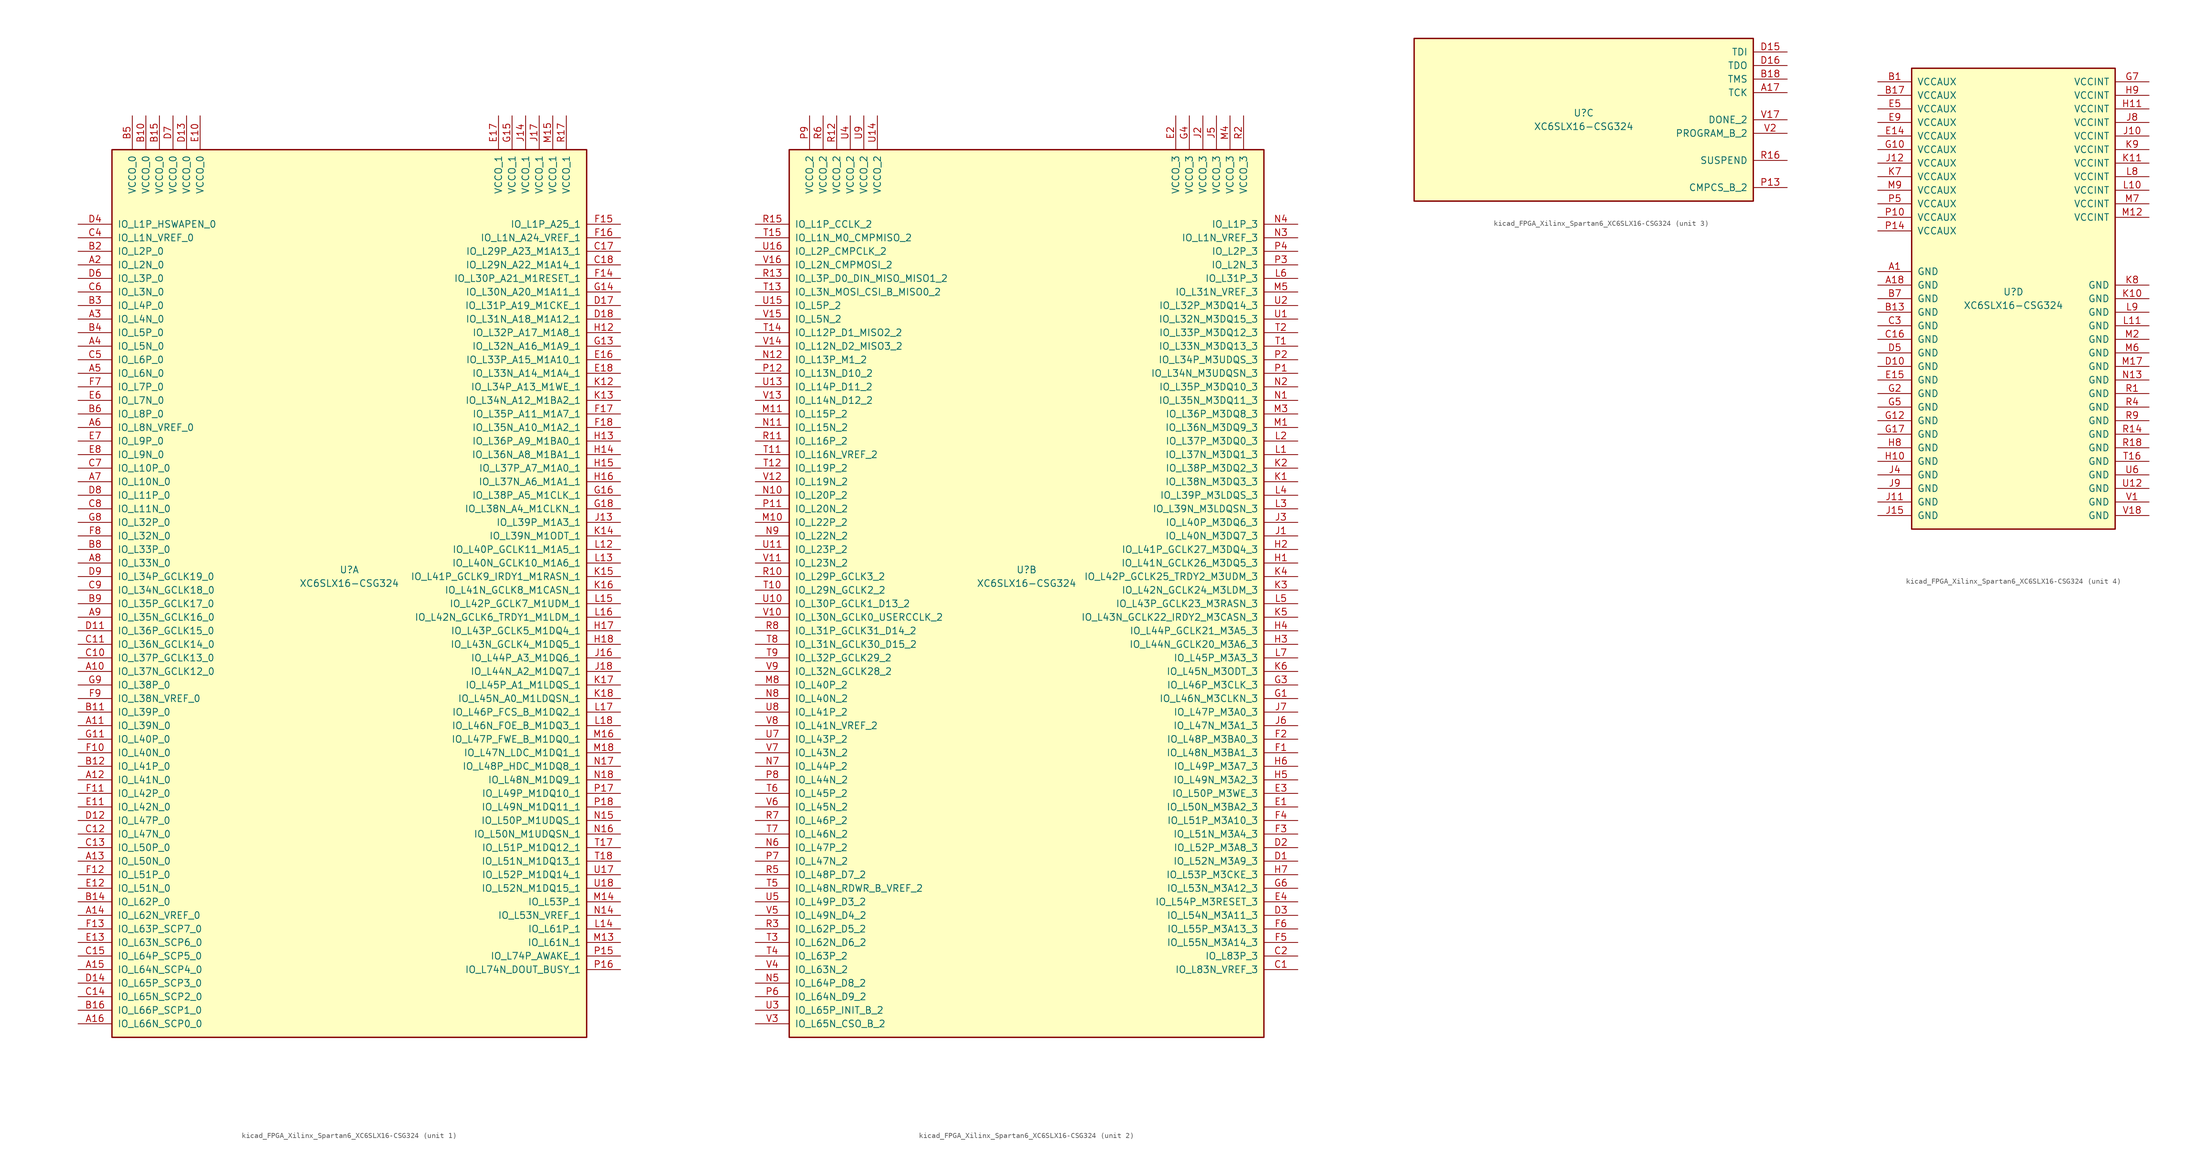
<source format=kicad_sym>
(kicad_symbol_lib
  (version 20220914)
  (generator kicad_symbol_editor)
  (symbol "kicad_FPGA_Xilinx_Spartan6_XC6SLX16-CSG324"
    (pin_names
      (offset 1.016))
    (property "Reference" "U"
      (at 0 1.27 0)
      (effects (font (size 1.27 1.27))))
    (property "Value" "XC6SLX16-CSG324"
      (at 0 -1.27 0)
      (effects (font (size 1.27 1.27))))
    (property "Datasheet" ""
      (at 0 0 0)
      (effects (font (size 1.27 1.27))))
    (property "ki_locked" ""
      (at 0 0 0)
      (effects (font (size 1.27 1.27))))
    (symbol "kicad_FPGA_Xilinx_Spartan6_XC6SLX16-CSG324_1_1"
      (rectangle (start -44.45 80.01) (end 44.45 -86.36) (stroke (width 0.254) (type default)) (fill (type background)))
      (pin bidirectional line (at -50.8 -17.78 0) (length 6.35) (name "IO_L37N_GCLK12_0" (effects (font (size 1.27 1.27)))) (number "A10" (effects (font (size 1.27 1.27)))))
      (pin bidirectional line (at -50.8 -27.94 0) (length 6.35) (name "IO_L39N_0" (effects (font (size 1.27 1.27)))) (number "A11" (effects (font (size 1.27 1.27)))))
      (pin bidirectional line (at -50.8 -38.1 0) (length 6.35) (name "IO_L41N_0" (effects (font (size 1.27 1.27)))) (number "A12" (effects (font (size 1.27 1.27)))))
      (pin bidirectional line (at -50.8 -53.34 0) (length 6.35) (name "IO_L50N_0" (effects (font (size 1.27 1.27)))) (number "A13" (effects (font (size 1.27 1.27)))))
      (pin bidirectional line (at -50.8 -63.5 0) (length 6.35) (name "IO_L62N_VREF_0" (effects (font (size 1.27 1.27)))) (number "A14" (effects (font (size 1.27 1.27)))))
      (pin bidirectional line (at -50.8 -73.66 0) (length 6.35) (name "IO_L64N_SCP4_0" (effects (font (size 1.27 1.27)))) (number "A15" (effects (font (size 1.27 1.27)))))
      (pin bidirectional line (at -50.8 -83.82 0) (length 6.35) (name "IO_L66N_SCP0_0" (effects (font (size 1.27 1.27)))) (number "A16" (effects (font (size 1.27 1.27)))))
      (pin bidirectional line (at -50.8 58.42 0) (length 6.35) (name "IO_L2N_0" (effects (font (size 1.27 1.27)))) (number "A2" (effects (font (size 1.27 1.27)))))
      (pin bidirectional line (at -50.8 48.26 0) (length 6.35) (name "IO_L4N_0" (effects (font (size 1.27 1.27)))) (number "A3" (effects (font (size 1.27 1.27)))))
      (pin bidirectional line (at -50.8 43.18 0) (length 6.35) (name "IO_L5N_0" (effects (font (size 1.27 1.27)))) (number "A4" (effects (font (size 1.27 1.27)))))
      (pin bidirectional line (at -50.8 38.1 0) (length 6.35) (name "IO_L6N_0" (effects (font (size 1.27 1.27)))) (number "A5" (effects (font (size 1.27 1.27)))))
      (pin bidirectional line (at -50.8 27.94 0) (length 6.35) (name "IO_L8N_VREF_0" (effects (font (size 1.27 1.27)))) (number "A6" (effects (font (size 1.27 1.27)))))
      (pin bidirectional line (at -50.8 17.78 0) (length 6.35) (name "IO_L10N_0" (effects (font (size 1.27 1.27)))) (number "A7" (effects (font (size 1.27 1.27)))))
      (pin bidirectional line (at -50.8 2.54 0) (length 6.35) (name "IO_L33N_0" (effects (font (size 1.27 1.27)))) (number "A8" (effects (font (size 1.27 1.27)))))
      (pin bidirectional line (at -50.8 -7.62 0) (length 6.35) (name "IO_L35N_GCLK16_0" (effects (font (size 1.27 1.27)))) (number "A9" (effects (font (size 1.27 1.27)))))
      (pin power_in line (at -38.1 86.36 270) (length 6.35) (name "VCCO_0" (effects (font (size 1.27 1.27)))) (number "B10" (effects (font (size 1.27 1.27)))))
      (pin bidirectional line (at -50.8 -25.4 0) (length 6.35) (name "IO_L39P_0" (effects (font (size 1.27 1.27)))) (number "B11" (effects (font (size 1.27 1.27)))))
      (pin bidirectional line (at -50.8 -35.56 0) (length 6.35) (name "IO_L41P_0" (effects (font (size 1.27 1.27)))) (number "B12" (effects (font (size 1.27 1.27)))))
      (pin bidirectional line (at -50.8 -60.96 0) (length 6.35) (name "IO_L62P_0" (effects (font (size 1.27 1.27)))) (number "B14" (effects (font (size 1.27 1.27)))))
      (pin power_in line (at -35.56 86.36 270) (length 6.35) (name "VCCO_0" (effects (font (size 1.27 1.27)))) (number "B15" (effects (font (size 1.27 1.27)))))
      (pin bidirectional line (at -50.8 -81.28 0) (length 6.35) (name "IO_L66P_SCP1_0" (effects (font (size 1.27 1.27)))) (number "B16" (effects (font (size 1.27 1.27)))))
      (pin bidirectional line (at -50.8 60.96 0) (length 6.35) (name "IO_L2P_0" (effects (font (size 1.27 1.27)))) (number "B2" (effects (font (size 1.27 1.27)))))
      (pin bidirectional line (at -50.8 50.8 0) (length 6.35) (name "IO_L4P_0" (effects (font (size 1.27 1.27)))) (number "B3" (effects (font (size 1.27 1.27)))))
      (pin bidirectional line (at -50.8 45.72 0) (length 6.35) (name "IO_L5P_0" (effects (font (size 1.27 1.27)))) (number "B4" (effects (font (size 1.27 1.27)))))
      (pin power_in line (at -40.64 86.36 270) (length 6.35) (name "VCCO_0" (effects (font (size 1.27 1.27)))) (number "B5" (effects (font (size 1.27 1.27)))))
      (pin bidirectional line (at -50.8 30.48 0) (length 6.35) (name "IO_L8P_0" (effects (font (size 1.27 1.27)))) (number "B6" (effects (font (size 1.27 1.27)))))
      (pin bidirectional line (at -50.8 5.08 0) (length 6.35) (name "IO_L33P_0" (effects (font (size 1.27 1.27)))) (number "B8" (effects (font (size 1.27 1.27)))))
      (pin bidirectional line (at -50.8 -5.08 0) (length 6.35) (name "IO_L35P_GCLK17_0" (effects (font (size 1.27 1.27)))) (number "B9" (effects (font (size 1.27 1.27)))))
      (pin bidirectional line (at -50.8 -15.24 0) (length 6.35) (name "IO_L37P_GCLK13_0" (effects (font (size 1.27 1.27)))) (number "C10" (effects (font (size 1.27 1.27)))))
      (pin bidirectional line (at -50.8 -12.7 0) (length 6.35) (name "IO_L36N_GCLK14_0" (effects (font (size 1.27 1.27)))) (number "C11" (effects (font (size 1.27 1.27)))))
      (pin bidirectional line (at -50.8 -48.26 0) (length 6.35) (name "IO_L47N_0" (effects (font (size 1.27 1.27)))) (number "C12" (effects (font (size 1.27 1.27)))))
      (pin bidirectional line (at -50.8 -50.8 0) (length 6.35) (name "IO_L50P_0" (effects (font (size 1.27 1.27)))) (number "C13" (effects (font (size 1.27 1.27)))))
      (pin bidirectional line (at -50.8 -78.74 0) (length 6.35) (name "IO_L65N_SCP2_0" (effects (font (size 1.27 1.27)))) (number "C14" (effects (font (size 1.27 1.27)))))
      (pin bidirectional line (at -50.8 -71.12 0) (length 6.35) (name "IO_L64P_SCP5_0" (effects (font (size 1.27 1.27)))) (number "C15" (effects (font (size 1.27 1.27)))))
      (pin bidirectional line (at 50.8 60.96 180) (length 6.35) (name "IO_L29P_A23_M1A13_1" (effects (font (size 1.27 1.27)))) (number "C17" (effects (font (size 1.27 1.27)))))
      (pin bidirectional line (at 50.8 58.42 180) (length 6.35) (name "IO_L29N_A22_M1A14_1" (effects (font (size 1.27 1.27)))) (number "C18" (effects (font (size 1.27 1.27)))))
      (pin bidirectional line (at -50.8 63.5 0) (length 6.35) (name "IO_L1N_VREF_0" (effects (font (size 1.27 1.27)))) (number "C4" (effects (font (size 1.27 1.27)))))
      (pin bidirectional line (at -50.8 40.64 0) (length 6.35) (name "IO_L6P_0" (effects (font (size 1.27 1.27)))) (number "C5" (effects (font (size 1.27 1.27)))))
      (pin bidirectional line (at -50.8 53.34 0) (length 6.35) (name "IO_L3N_0" (effects (font (size 1.27 1.27)))) (number "C6" (effects (font (size 1.27 1.27)))))
      (pin bidirectional line (at -50.8 20.32 0) (length 6.35) (name "IO_L10P_0" (effects (font (size 1.27 1.27)))) (number "C7" (effects (font (size 1.27 1.27)))))
      (pin bidirectional line (at -50.8 12.7 0) (length 6.35) (name "IO_L11N_0" (effects (font (size 1.27 1.27)))) (number "C8" (effects (font (size 1.27 1.27)))))
      (pin bidirectional line (at -50.8 -2.54 0) (length 6.35) (name "IO_L34N_GCLK18_0" (effects (font (size 1.27 1.27)))) (number "C9" (effects (font (size 1.27 1.27)))))
      (pin bidirectional line (at -50.8 -10.16 0) (length 6.35) (name "IO_L36P_GCLK15_0" (effects (font (size 1.27 1.27)))) (number "D11" (effects (font (size 1.27 1.27)))))
      (pin bidirectional line (at -50.8 -45.72 0) (length 6.35) (name "IO_L47P_0" (effects (font (size 1.27 1.27)))) (number "D12" (effects (font (size 1.27 1.27)))))
      (pin power_in line (at -30.48 86.36 270) (length 6.35) (name "VCCO_0" (effects (font (size 1.27 1.27)))) (number "D13" (effects (font (size 1.27 1.27)))))
      (pin bidirectional line (at -50.8 -76.2 0) (length 6.35) (name "IO_L65P_SCP3_0" (effects (font (size 1.27 1.27)))) (number "D14" (effects (font (size 1.27 1.27)))))
      (pin bidirectional line (at 50.8 50.8 180) (length 6.35) (name "IO_L31P_A19_M1CKE_1" (effects (font (size 1.27 1.27)))) (number "D17" (effects (font (size 1.27 1.27)))))
      (pin bidirectional line (at 50.8 48.26 180) (length 6.35) (name "IO_L31N_A18_M1A12_1" (effects (font (size 1.27 1.27)))) (number "D18" (effects (font (size 1.27 1.27)))))
      (pin bidirectional line (at -50.8 66.04 0) (length 6.35) (name "IO_L1P_HSWAPEN_0" (effects (font (size 1.27 1.27)))) (number "D4" (effects (font (size 1.27 1.27)))))
      (pin bidirectional line (at -50.8 55.88 0) (length 6.35) (name "IO_L3P_0" (effects (font (size 1.27 1.27)))) (number "D6" (effects (font (size 1.27 1.27)))))
      (pin power_in line (at -33.02 86.36 270) (length 6.35) (name "VCCO_0" (effects (font (size 1.27 1.27)))) (number "D7" (effects (font (size 1.27 1.27)))))
      (pin bidirectional line (at -50.8 15.24 0) (length 6.35) (name "IO_L11P_0" (effects (font (size 1.27 1.27)))) (number "D8" (effects (font (size 1.27 1.27)))))
      (pin bidirectional line (at -50.8 0 0) (length 6.35) (name "IO_L34P_GCLK19_0" (effects (font (size 1.27 1.27)))) (number "D9" (effects (font (size 1.27 1.27)))))
      (pin power_in line (at -27.94 86.36 270) (length 6.35) (name "VCCO_0" (effects (font (size 1.27 1.27)))) (number "E10" (effects (font (size 1.27 1.27)))))
      (pin bidirectional line (at -50.8 -43.18 0) (length 6.35) (name "IO_L42N_0" (effects (font (size 1.27 1.27)))) (number "E11" (effects (font (size 1.27 1.27)))))
      (pin bidirectional line (at -50.8 -58.42 0) (length 6.35) (name "IO_L51N_0" (effects (font (size 1.27 1.27)))) (number "E12" (effects (font (size 1.27 1.27)))))
      (pin bidirectional line (at -50.8 -68.58 0) (length 6.35) (name "IO_L63N_SCP6_0" (effects (font (size 1.27 1.27)))) (number "E13" (effects (font (size 1.27 1.27)))))
      (pin bidirectional line (at 50.8 40.64 180) (length 6.35) (name "IO_L33P_A15_M1A10_1" (effects (font (size 1.27 1.27)))) (number "E16" (effects (font (size 1.27 1.27)))))
      (pin power_in line (at 27.94 86.36 270) (length 6.35) (name "VCCO_1" (effects (font (size 1.27 1.27)))) (number "E17" (effects (font (size 1.27 1.27)))))
      (pin bidirectional line (at 50.8 38.1 180) (length 6.35) (name "IO_L33N_A14_M1A4_1" (effects (font (size 1.27 1.27)))) (number "E18" (effects (font (size 1.27 1.27)))))
      (pin bidirectional line (at -50.8 33.02 0) (length 6.35) (name "IO_L7N_0" (effects (font (size 1.27 1.27)))) (number "E6" (effects (font (size 1.27 1.27)))))
      (pin bidirectional line (at -50.8 25.4 0) (length 6.35) (name "IO_L9P_0" (effects (font (size 1.27 1.27)))) (number "E7" (effects (font (size 1.27 1.27)))))
      (pin bidirectional line (at -50.8 22.86 0) (length 6.35) (name "IO_L9N_0" (effects (font (size 1.27 1.27)))) (number "E8" (effects (font (size 1.27 1.27)))))
      (pin bidirectional line (at -50.8 -33.02 0) (length 6.35) (name "IO_L40N_0" (effects (font (size 1.27 1.27)))) (number "F10" (effects (font (size 1.27 1.27)))))
      (pin bidirectional line (at -50.8 -40.64 0) (length 6.35) (name "IO_L42P_0" (effects (font (size 1.27 1.27)))) (number "F11" (effects (font (size 1.27 1.27)))))
      (pin bidirectional line (at -50.8 -55.88 0) (length 6.35) (name "IO_L51P_0" (effects (font (size 1.27 1.27)))) (number "F12" (effects (font (size 1.27 1.27)))))
      (pin bidirectional line (at -50.8 -66.04 0) (length 6.35) (name "IO_L63P_SCP7_0" (effects (font (size 1.27 1.27)))) (number "F13" (effects (font (size 1.27 1.27)))))
      (pin bidirectional line (at 50.8 55.88 180) (length 6.35) (name "IO_L30P_A21_M1RESET_1" (effects (font (size 1.27 1.27)))) (number "F14" (effects (font (size 1.27 1.27)))))
      (pin bidirectional line (at 50.8 66.04 180) (length 6.35) (name "IO_L1P_A25_1" (effects (font (size 1.27 1.27)))) (number "F15" (effects (font (size 1.27 1.27)))))
      (pin bidirectional line (at 50.8 63.5 180) (length 6.35) (name "IO_L1N_A24_VREF_1" (effects (font (size 1.27 1.27)))) (number "F16" (effects (font (size 1.27 1.27)))))
      (pin bidirectional line (at 50.8 30.48 180) (length 6.35) (name "IO_L35P_A11_M1A7_1" (effects (font (size 1.27 1.27)))) (number "F17" (effects (font (size 1.27 1.27)))))
      (pin bidirectional line (at 50.8 27.94 180) (length 6.35) (name "IO_L35N_A10_M1A2_1" (effects (font (size 1.27 1.27)))) (number "F18" (effects (font (size 1.27 1.27)))))
      (pin bidirectional line (at -50.8 35.56 0) (length 6.35) (name "IO_L7P_0" (effects (font (size 1.27 1.27)))) (number "F7" (effects (font (size 1.27 1.27)))))
      (pin bidirectional line (at -50.8 7.62 0) (length 6.35) (name "IO_L32N_0" (effects (font (size 1.27 1.27)))) (number "F8" (effects (font (size 1.27 1.27)))))
      (pin bidirectional line (at -50.8 -22.86 0) (length 6.35) (name "IO_L38N_VREF_0" (effects (font (size 1.27 1.27)))) (number "F9" (effects (font (size 1.27 1.27)))))
      (pin bidirectional line (at -50.8 -30.48 0) (length 6.35) (name "IO_L40P_0" (effects (font (size 1.27 1.27)))) (number "G11" (effects (font (size 1.27 1.27)))))
      (pin bidirectional line (at 50.8 43.18 180) (length 6.35) (name "IO_L32N_A16_M1A9_1" (effects (font (size 1.27 1.27)))) (number "G13" (effects (font (size 1.27 1.27)))))
      (pin bidirectional line (at 50.8 53.34 180) (length 6.35) (name "IO_L30N_A20_M1A11_1" (effects (font (size 1.27 1.27)))) (number "G14" (effects (font (size 1.27 1.27)))))
      (pin power_in line (at 30.48 86.36 270) (length 6.35) (name "VCCO_1" (effects (font (size 1.27 1.27)))) (number "G15" (effects (font (size 1.27 1.27)))))
      (pin bidirectional line (at 50.8 15.24 180) (length 6.35) (name "IO_L38P_A5_M1CLK_1" (effects (font (size 1.27 1.27)))) (number "G16" (effects (font (size 1.27 1.27)))))
      (pin bidirectional line (at 50.8 12.7 180) (length 6.35) (name "IO_L38N_A4_M1CLKN_1" (effects (font (size 1.27 1.27)))) (number "G18" (effects (font (size 1.27 1.27)))))
      (pin bidirectional line (at -50.8 10.16 0) (length 6.35) (name "IO_L32P_0" (effects (font (size 1.27 1.27)))) (number "G8" (effects (font (size 1.27 1.27)))))
      (pin bidirectional line (at -50.8 -20.32 0) (length 6.35) (name "IO_L38P_0" (effects (font (size 1.27 1.27)))) (number "G9" (effects (font (size 1.27 1.27)))))
      (pin bidirectional line (at 50.8 45.72 180) (length 6.35) (name "IO_L32P_A17_M1A8_1" (effects (font (size 1.27 1.27)))) (number "H12" (effects (font (size 1.27 1.27)))))
      (pin bidirectional line (at 50.8 25.4 180) (length 6.35) (name "IO_L36P_A9_M1BA0_1" (effects (font (size 1.27 1.27)))) (number "H13" (effects (font (size 1.27 1.27)))))
      (pin bidirectional line (at 50.8 22.86 180) (length 6.35) (name "IO_L36N_A8_M1BA1_1" (effects (font (size 1.27 1.27)))) (number "H14" (effects (font (size 1.27 1.27)))))
      (pin bidirectional line (at 50.8 20.32 180) (length 6.35) (name "IO_L37P_A7_M1A0_1" (effects (font (size 1.27 1.27)))) (number "H15" (effects (font (size 1.27 1.27)))))
      (pin bidirectional line (at 50.8 17.78 180) (length 6.35) (name "IO_L37N_A6_M1A1_1" (effects (font (size 1.27 1.27)))) (number "H16" (effects (font (size 1.27 1.27)))))
      (pin bidirectional line (at 50.8 -10.16 180) (length 6.35) (name "IO_L43P_GCLK5_M1DQ4_1" (effects (font (size 1.27 1.27)))) (number "H17" (effects (font (size 1.27 1.27)))))
      (pin bidirectional line (at 50.8 -12.7 180) (length 6.35) (name "IO_L43N_GCLK4_M1DQ5_1" (effects (font (size 1.27 1.27)))) (number "H18" (effects (font (size 1.27 1.27)))))
      (pin bidirectional line (at 50.8 10.16 180) (length 6.35) (name "IO_L39P_M1A3_1" (effects (font (size 1.27 1.27)))) (number "J13" (effects (font (size 1.27 1.27)))))
      (pin power_in line (at 33.02 86.36 270) (length 6.35) (name "VCCO_1" (effects (font (size 1.27 1.27)))) (number "J14" (effects (font (size 1.27 1.27)))))
      (pin bidirectional line (at 50.8 -15.24 180) (length 6.35) (name "IO_L44P_A3_M1DQ6_1" (effects (font (size 1.27 1.27)))) (number "J16" (effects (font (size 1.27 1.27)))))
      (pin power_in line (at 35.56 86.36 270) (length 6.35) (name "VCCO_1" (effects (font (size 1.27 1.27)))) (number "J17" (effects (font (size 1.27 1.27)))))
      (pin bidirectional line (at 50.8 -17.78 180) (length 6.35) (name "IO_L44N_A2_M1DQ7_1" (effects (font (size 1.27 1.27)))) (number "J18" (effects (font (size 1.27 1.27)))))
      (pin bidirectional line (at 50.8 35.56 180) (length 6.35) (name "IO_L34P_A13_M1WE_1" (effects (font (size 1.27 1.27)))) (number "K12" (effects (font (size 1.27 1.27)))))
      (pin bidirectional line (at 50.8 33.02 180) (length 6.35) (name "IO_L34N_A12_M1BA2_1" (effects (font (size 1.27 1.27)))) (number "K13" (effects (font (size 1.27 1.27)))))
      (pin bidirectional line (at 50.8 7.62 180) (length 6.35) (name "IO_L39N_M1ODT_1" (effects (font (size 1.27 1.27)))) (number "K14" (effects (font (size 1.27 1.27)))))
      (pin bidirectional line (at 50.8 0 180) (length 6.35) (name "IO_L41P_GCLK9_IRDY1_M1RASN_1" (effects (font (size 1.27 1.27)))) (number "K15" (effects (font (size 1.27 1.27)))))
      (pin bidirectional line (at 50.8 -2.54 180) (length 6.35) (name "IO_L41N_GCLK8_M1CASN_1" (effects (font (size 1.27 1.27)))) (number "K16" (effects (font (size 1.27 1.27)))))
      (pin bidirectional line (at 50.8 -20.32 180) (length 6.35) (name "IO_L45P_A1_M1LDQS_1" (effects (font (size 1.27 1.27)))) (number "K17" (effects (font (size 1.27 1.27)))))
      (pin bidirectional line (at 50.8 -22.86 180) (length 6.35) (name "IO_L45N_A0_M1LDQSN_1" (effects (font (size 1.27 1.27)))) (number "K18" (effects (font (size 1.27 1.27)))))
      (pin bidirectional line (at 50.8 5.08 180) (length 6.35) (name "IO_L40P_GCLK11_M1A5_1" (effects (font (size 1.27 1.27)))) (number "L12" (effects (font (size 1.27 1.27)))))
      (pin bidirectional line (at 50.8 2.54 180) (length 6.35) (name "IO_L40N_GCLK10_M1A6_1" (effects (font (size 1.27 1.27)))) (number "L13" (effects (font (size 1.27 1.27)))))
      (pin bidirectional line (at 50.8 -66.04 180) (length 6.35) (name "IO_L61P_1" (effects (font (size 1.27 1.27)))) (number "L14" (effects (font (size 1.27 1.27)))))
      (pin bidirectional line (at 50.8 -5.08 180) (length 6.35) (name "IO_L42P_GCLK7_M1UDM_1" (effects (font (size 1.27 1.27)))) (number "L15" (effects (font (size 1.27 1.27)))))
      (pin bidirectional line (at 50.8 -7.62 180) (length 6.35) (name "IO_L42N_GCLK6_TRDY1_M1LDM_1" (effects (font (size 1.27 1.27)))) (number "L16" (effects (font (size 1.27 1.27)))))
      (pin bidirectional line (at 50.8 -25.4 180) (length 6.35) (name "IO_L46P_FCS_B_M1DQ2_1" (effects (font (size 1.27 1.27)))) (number "L17" (effects (font (size 1.27 1.27)))))
      (pin bidirectional line (at 50.8 -27.94 180) (length 6.35) (name "IO_L46N_FOE_B_M1DQ3_1" (effects (font (size 1.27 1.27)))) (number "L18" (effects (font (size 1.27 1.27)))))
      (pin bidirectional line (at 50.8 -68.58 180) (length 6.35) (name "IO_L61N_1" (effects (font (size 1.27 1.27)))) (number "M13" (effects (font (size 1.27 1.27)))))
      (pin bidirectional line (at 50.8 -60.96 180) (length 6.35) (name "IO_L53P_1" (effects (font (size 1.27 1.27)))) (number "M14" (effects (font (size 1.27 1.27)))))
      (pin power_in line (at 38.1 86.36 270) (length 6.35) (name "VCCO_1" (effects (font (size 1.27 1.27)))) (number "M15" (effects (font (size 1.27 1.27)))))
      (pin bidirectional line (at 50.8 -30.48 180) (length 6.35) (name "IO_L47P_FWE_B_M1DQ0_1" (effects (font (size 1.27 1.27)))) (number "M16" (effects (font (size 1.27 1.27)))))
      (pin bidirectional line (at 50.8 -33.02 180) (length 6.35) (name "IO_L47N_LDC_M1DQ1_1" (effects (font (size 1.27 1.27)))) (number "M18" (effects (font (size 1.27 1.27)))))
      (pin bidirectional line (at 50.8 -63.5 180) (length 6.35) (name "IO_L53N_VREF_1" (effects (font (size 1.27 1.27)))) (number "N14" (effects (font (size 1.27 1.27)))))
      (pin bidirectional line (at 50.8 -45.72 180) (length 6.35) (name "IO_L50P_M1UDQS_1" (effects (font (size 1.27 1.27)))) (number "N15" (effects (font (size 1.27 1.27)))))
      (pin bidirectional line (at 50.8 -48.26 180) (length 6.35) (name "IO_L50N_M1UDQSN_1" (effects (font (size 1.27 1.27)))) (number "N16" (effects (font (size 1.27 1.27)))))
      (pin bidirectional line (at 50.8 -35.56 180) (length 6.35) (name "IO_L48P_HDC_M1DQ8_1" (effects (font (size 1.27 1.27)))) (number "N17" (effects (font (size 1.27 1.27)))))
      (pin bidirectional line (at 50.8 -38.1 180) (length 6.35) (name "IO_L48N_M1DQ9_1" (effects (font (size 1.27 1.27)))) (number "N18" (effects (font (size 1.27 1.27)))))
      (pin bidirectional line (at 50.8 -71.12 180) (length 6.35) (name "IO_L74P_AWAKE_1" (effects (font (size 1.27 1.27)))) (number "P15" (effects (font (size 1.27 1.27)))))
      (pin bidirectional line (at 50.8 -73.66 180) (length 6.35) (name "IO_L74N_DOUT_BUSY_1" (effects (font (size 1.27 1.27)))) (number "P16" (effects (font (size 1.27 1.27)))))
      (pin bidirectional line (at 50.8 -40.64 180) (length 6.35) (name "IO_L49P_M1DQ10_1" (effects (font (size 1.27 1.27)))) (number "P17" (effects (font (size 1.27 1.27)))))
      (pin bidirectional line (at 50.8 -43.18 180) (length 6.35) (name "IO_L49N_M1DQ11_1" (effects (font (size 1.27 1.27)))) (number "P18" (effects (font (size 1.27 1.27)))))
      (pin power_in line (at 40.64 86.36 270) (length 6.35) (name "VCCO_1" (effects (font (size 1.27 1.27)))) (number "R17" (effects (font (size 1.27 1.27)))))
      (pin bidirectional line (at 50.8 -50.8 180) (length 6.35) (name "IO_L51P_M1DQ12_1" (effects (font (size 1.27 1.27)))) (number "T17" (effects (font (size 1.27 1.27)))))
      (pin bidirectional line (at 50.8 -53.34 180) (length 6.35) (name "IO_L51N_M1DQ13_1" (effects (font (size 1.27 1.27)))) (number "T18" (effects (font (size 1.27 1.27)))))
      (pin bidirectional line (at 50.8 -55.88 180) (length 6.35) (name "IO_L52P_M1DQ14_1" (effects (font (size 1.27 1.27)))) (number "U17" (effects (font (size 1.27 1.27)))))
      (pin bidirectional line (at 50.8 -58.42 180) (length 6.35) (name "IO_L52N_M1DQ15_1" (effects (font (size 1.27 1.27)))) (number "U18" (effects (font (size 1.27 1.27))))))
    (symbol "kicad_FPGA_Xilinx_Spartan6_XC6SLX16-CSG324_2_1"
      (rectangle (start -44.45 80.01) (end 44.45 -86.36) (stroke (width 0.254) (type default)) (fill (type background)))
      (pin bidirectional line (at 50.8 -73.66 180) (length 6.35) (name "IO_L83N_VREF_3" (effects (font (size 1.27 1.27)))) (number "C1" (effects (font (size 1.27 1.27)))))
      (pin bidirectional line (at 50.8 -71.12 180) (length 6.35) (name "IO_L83P_3" (effects (font (size 1.27 1.27)))) (number "C2" (effects (font (size 1.27 1.27)))))
      (pin bidirectional line (at 50.8 -53.34 180) (length 6.35) (name "IO_L52N_M3A9_3" (effects (font (size 1.27 1.27)))) (number "D1" (effects (font (size 1.27 1.27)))))
      (pin bidirectional line (at 50.8 -50.8 180) (length 6.35) (name "IO_L52P_M3A8_3" (effects (font (size 1.27 1.27)))) (number "D2" (effects (font (size 1.27 1.27)))))
      (pin bidirectional line (at 50.8 -63.5 180) (length 6.35) (name "IO_L54N_M3A11_3" (effects (font (size 1.27 1.27)))) (number "D3" (effects (font (size 1.27 1.27)))))
      (pin bidirectional line (at 50.8 -43.18 180) (length 6.35) (name "IO_L50N_M3BA2_3" (effects (font (size 1.27 1.27)))) (number "E1" (effects (font (size 1.27 1.27)))))
      (pin power_in line (at 27.94 86.36 270) (length 6.35) (name "VCCO_3" (effects (font (size 1.27 1.27)))) (number "E2" (effects (font (size 1.27 1.27)))))
      (pin bidirectional line (at 50.8 -40.64 180) (length 6.35) (name "IO_L50P_M3WE_3" (effects (font (size 1.27 1.27)))) (number "E3" (effects (font (size 1.27 1.27)))))
      (pin bidirectional line (at 50.8 -60.96 180) (length 6.35) (name "IO_L54P_M3RESET_3" (effects (font (size 1.27 1.27)))) (number "E4" (effects (font (size 1.27 1.27)))))
      (pin bidirectional line (at 50.8 -33.02 180) (length 6.35) (name "IO_L48N_M3BA1_3" (effects (font (size 1.27 1.27)))) (number "F1" (effects (font (size 1.27 1.27)))))
      (pin bidirectional line (at 50.8 -30.48 180) (length 6.35) (name "IO_L48P_M3BA0_3" (effects (font (size 1.27 1.27)))) (number "F2" (effects (font (size 1.27 1.27)))))
      (pin bidirectional line (at 50.8 -48.26 180) (length 6.35) (name "IO_L51N_M3A4_3" (effects (font (size 1.27 1.27)))) (number "F3" (effects (font (size 1.27 1.27)))))
      (pin bidirectional line (at 50.8 -45.72 180) (length 6.35) (name "IO_L51P_M3A10_3" (effects (font (size 1.27 1.27)))) (number "F4" (effects (font (size 1.27 1.27)))))
      (pin bidirectional line (at 50.8 -68.58 180) (length 6.35) (name "IO_L55N_M3A14_3" (effects (font (size 1.27 1.27)))) (number "F5" (effects (font (size 1.27 1.27)))))
      (pin bidirectional line (at 50.8 -66.04 180) (length 6.35) (name "IO_L55P_M3A13_3" (effects (font (size 1.27 1.27)))) (number "F6" (effects (font (size 1.27 1.27)))))
      (pin bidirectional line (at 50.8 -22.86 180) (length 6.35) (name "IO_L46N_M3CLKN_3" (effects (font (size 1.27 1.27)))) (number "G1" (effects (font (size 1.27 1.27)))))
      (pin bidirectional line (at 50.8 -20.32 180) (length 6.35) (name "IO_L46P_M3CLK_3" (effects (font (size 1.27 1.27)))) (number "G3" (effects (font (size 1.27 1.27)))))
      (pin power_in line (at 30.48 86.36 270) (length 6.35) (name "VCCO_3" (effects (font (size 1.27 1.27)))) (number "G4" (effects (font (size 1.27 1.27)))))
      (pin bidirectional line (at 50.8 -58.42 180) (length 6.35) (name "IO_L53N_M3A12_3" (effects (font (size 1.27 1.27)))) (number "G6" (effects (font (size 1.27 1.27)))))
      (pin bidirectional line (at 50.8 2.54 180) (length 6.35) (name "IO_L41N_GCLK26_M3DQ5_3" (effects (font (size 1.27 1.27)))) (number "H1" (effects (font (size 1.27 1.27)))))
      (pin bidirectional line (at 50.8 5.08 180) (length 6.35) (name "IO_L41P_GCLK27_M3DQ4_3" (effects (font (size 1.27 1.27)))) (number "H2" (effects (font (size 1.27 1.27)))))
      (pin bidirectional line (at 50.8 -12.7 180) (length 6.35) (name "IO_L44N_GCLK20_M3A6_3" (effects (font (size 1.27 1.27)))) (number "H3" (effects (font (size 1.27 1.27)))))
      (pin bidirectional line (at 50.8 -10.16 180) (length 6.35) (name "IO_L44P_GCLK21_M3A5_3" (effects (font (size 1.27 1.27)))) (number "H4" (effects (font (size 1.27 1.27)))))
      (pin bidirectional line (at 50.8 -38.1 180) (length 6.35) (name "IO_L49N_M3A2_3" (effects (font (size 1.27 1.27)))) (number "H5" (effects (font (size 1.27 1.27)))))
      (pin bidirectional line (at 50.8 -35.56 180) (length 6.35) (name "IO_L49P_M3A7_3" (effects (font (size 1.27 1.27)))) (number "H6" (effects (font (size 1.27 1.27)))))
      (pin bidirectional line (at 50.8 -55.88 180) (length 6.35) (name "IO_L53P_M3CKE_3" (effects (font (size 1.27 1.27)))) (number "H7" (effects (font (size 1.27 1.27)))))
      (pin bidirectional line (at 50.8 7.62 180) (length 6.35) (name "IO_L40N_M3DQ7_3" (effects (font (size 1.27 1.27)))) (number "J1" (effects (font (size 1.27 1.27)))))
      (pin power_in line (at 33.02 86.36 270) (length 6.35) (name "VCCO_3" (effects (font (size 1.27 1.27)))) (number "J2" (effects (font (size 1.27 1.27)))))
      (pin bidirectional line (at 50.8 10.16 180) (length 6.35) (name "IO_L40P_M3DQ6_3" (effects (font (size 1.27 1.27)))) (number "J3" (effects (font (size 1.27 1.27)))))
      (pin power_in line (at 35.56 86.36 270) (length 6.35) (name "VCCO_3" (effects (font (size 1.27 1.27)))) (number "J5" (effects (font (size 1.27 1.27)))))
      (pin bidirectional line (at 50.8 -27.94 180) (length 6.35) (name "IO_L47N_M3A1_3" (effects (font (size 1.27 1.27)))) (number "J6" (effects (font (size 1.27 1.27)))))
      (pin bidirectional line (at 50.8 -25.4 180) (length 6.35) (name "IO_L47P_M3A0_3" (effects (font (size 1.27 1.27)))) (number "J7" (effects (font (size 1.27 1.27)))))
      (pin bidirectional line (at 50.8 17.78 180) (length 6.35) (name "IO_L38N_M3DQ3_3" (effects (font (size 1.27 1.27)))) (number "K1" (effects (font (size 1.27 1.27)))))
      (pin bidirectional line (at 50.8 20.32 180) (length 6.35) (name "IO_L38P_M3DQ2_3" (effects (font (size 1.27 1.27)))) (number "K2" (effects (font (size 1.27 1.27)))))
      (pin bidirectional line (at 50.8 -2.54 180) (length 6.35) (name "IO_L42N_GCLK24_M3LDM_3" (effects (font (size 1.27 1.27)))) (number "K3" (effects (font (size 1.27 1.27)))))
      (pin bidirectional line (at 50.8 0 180) (length 6.35) (name "IO_L42P_GCLK25_TRDY2_M3UDM_3" (effects (font (size 1.27 1.27)))) (number "K4" (effects (font (size 1.27 1.27)))))
      (pin bidirectional line (at 50.8 -7.62 180) (length 6.35) (name "IO_L43N_GCLK22_IRDY2_M3CASN_3" (effects (font (size 1.27 1.27)))) (number "K5" (effects (font (size 1.27 1.27)))))
      (pin bidirectional line (at 50.8 -17.78 180) (length 6.35) (name "IO_L45N_M3ODT_3" (effects (font (size 1.27 1.27)))) (number "K6" (effects (font (size 1.27 1.27)))))
      (pin bidirectional line (at 50.8 22.86 180) (length 6.35) (name "IO_L37N_M3DQ1_3" (effects (font (size 1.27 1.27)))) (number "L1" (effects (font (size 1.27 1.27)))))
      (pin bidirectional line (at 50.8 25.4 180) (length 6.35) (name "IO_L37P_M3DQ0_3" (effects (font (size 1.27 1.27)))) (number "L2" (effects (font (size 1.27 1.27)))))
      (pin bidirectional line (at 50.8 12.7 180) (length 6.35) (name "IO_L39N_M3LDQSN_3" (effects (font (size 1.27 1.27)))) (number "L3" (effects (font (size 1.27 1.27)))))
      (pin bidirectional line (at 50.8 15.24 180) (length 6.35) (name "IO_L39P_M3LDQS_3" (effects (font (size 1.27 1.27)))) (number "L4" (effects (font (size 1.27 1.27)))))
      (pin bidirectional line (at 50.8 -5.08 180) (length 6.35) (name "IO_L43P_GCLK23_M3RASN_3" (effects (font (size 1.27 1.27)))) (number "L5" (effects (font (size 1.27 1.27)))))
      (pin bidirectional line (at 50.8 55.88 180) (length 6.35) (name "IO_L31P_3" (effects (font (size 1.27 1.27)))) (number "L6" (effects (font (size 1.27 1.27)))))
      (pin bidirectional line (at 50.8 -15.24 180) (length 6.35) (name "IO_L45P_M3A3_3" (effects (font (size 1.27 1.27)))) (number "L7" (effects (font (size 1.27 1.27)))))
      (pin bidirectional line (at 50.8 27.94 180) (length 6.35) (name "IO_L36N_M3DQ9_3" (effects (font (size 1.27 1.27)))) (number "M1" (effects (font (size 1.27 1.27)))))
      (pin bidirectional line (at -50.8 10.16 0) (length 6.35) (name "IO_L22P_2" (effects (font (size 1.27 1.27)))) (number "M10" (effects (font (size 1.27 1.27)))))
      (pin bidirectional line (at -50.8 30.48 0) (length 6.35) (name "IO_L15P_2" (effects (font (size 1.27 1.27)))) (number "M11" (effects (font (size 1.27 1.27)))))
      (pin bidirectional line (at 50.8 30.48 180) (length 6.35) (name "IO_L36P_M3DQ8_3" (effects (font (size 1.27 1.27)))) (number "M3" (effects (font (size 1.27 1.27)))))
      (pin power_in line (at 38.1 86.36 270) (length 6.35) (name "VCCO_3" (effects (font (size 1.27 1.27)))) (number "M4" (effects (font (size 1.27 1.27)))))
      (pin bidirectional line (at 50.8 53.34 180) (length 6.35) (name "IO_L31N_VREF_3" (effects (font (size 1.27 1.27)))) (number "M5" (effects (font (size 1.27 1.27)))))
      (pin bidirectional line (at -50.8 -20.32 0) (length 6.35) (name "IO_L40P_2" (effects (font (size 1.27 1.27)))) (number "M8" (effects (font (size 1.27 1.27)))))
      (pin bidirectional line (at 50.8 33.02 180) (length 6.35) (name "IO_L35N_M3DQ11_3" (effects (font (size 1.27 1.27)))) (number "N1" (effects (font (size 1.27 1.27)))))
      (pin bidirectional line (at -50.8 15.24 0) (length 6.35) (name "IO_L20P_2" (effects (font (size 1.27 1.27)))) (number "N10" (effects (font (size 1.27 1.27)))))
      (pin bidirectional line (at -50.8 27.94 0) (length 6.35) (name "IO_L15N_2" (effects (font (size 1.27 1.27)))) (number "N11" (effects (font (size 1.27 1.27)))))
      (pin bidirectional line (at -50.8 40.64 0) (length 6.35) (name "IO_L13P_M1_2" (effects (font (size 1.27 1.27)))) (number "N12" (effects (font (size 1.27 1.27)))))
      (pin bidirectional line (at 50.8 35.56 180) (length 6.35) (name "IO_L35P_M3DQ10_3" (effects (font (size 1.27 1.27)))) (number "N2" (effects (font (size 1.27 1.27)))))
      (pin bidirectional line (at 50.8 63.5 180) (length 6.35) (name "IO_L1N_VREF_3" (effects (font (size 1.27 1.27)))) (number "N3" (effects (font (size 1.27 1.27)))))
      (pin bidirectional line (at 50.8 66.04 180) (length 6.35) (name "IO_L1P_3" (effects (font (size 1.27 1.27)))) (number "N4" (effects (font (size 1.27 1.27)))))
      (pin bidirectional line (at -50.8 -76.2 0) (length 6.35) (name "IO_L64P_D8_2" (effects (font (size 1.27 1.27)))) (number "N5" (effects (font (size 1.27 1.27)))))
      (pin bidirectional line (at -50.8 -50.8 0) (length 6.35) (name "IO_L47P_2" (effects (font (size 1.27 1.27)))) (number "N6" (effects (font (size 1.27 1.27)))))
      (pin bidirectional line (at -50.8 -35.56 0) (length 6.35) (name "IO_L44P_2" (effects (font (size 1.27 1.27)))) (number "N7" (effects (font (size 1.27 1.27)))))
      (pin bidirectional line (at -50.8 -22.86 0) (length 6.35) (name "IO_L40N_2" (effects (font (size 1.27 1.27)))) (number "N8" (effects (font (size 1.27 1.27)))))
      (pin bidirectional line (at -50.8 7.62 0) (length 6.35) (name "IO_L22N_2" (effects (font (size 1.27 1.27)))) (number "N9" (effects (font (size 1.27 1.27)))))
      (pin bidirectional line (at 50.8 38.1 180) (length 6.35) (name "IO_L34N_M3UDQSN_3" (effects (font (size 1.27 1.27)))) (number "P1" (effects (font (size 1.27 1.27)))))
      (pin bidirectional line (at -50.8 12.7 0) (length 6.35) (name "IO_L20N_2" (effects (font (size 1.27 1.27)))) (number "P11" (effects (font (size 1.27 1.27)))))
      (pin bidirectional line (at -50.8 38.1 0) (length 6.35) (name "IO_L13N_D10_2" (effects (font (size 1.27 1.27)))) (number "P12" (effects (font (size 1.27 1.27)))))
      (pin bidirectional line (at 50.8 40.64 180) (length 6.35) (name "IO_L34P_M3UDQS_3" (effects (font (size 1.27 1.27)))) (number "P2" (effects (font (size 1.27 1.27)))))
      (pin bidirectional line (at 50.8 58.42 180) (length 6.35) (name "IO_L2N_3" (effects (font (size 1.27 1.27)))) (number "P3" (effects (font (size 1.27 1.27)))))
      (pin bidirectional line (at 50.8 60.96 180) (length 6.35) (name "IO_L2P_3" (effects (font (size 1.27 1.27)))) (number "P4" (effects (font (size 1.27 1.27)))))
      (pin bidirectional line (at -50.8 -78.74 0) (length 6.35) (name "IO_L64N_D9_2" (effects (font (size 1.27 1.27)))) (number "P6" (effects (font (size 1.27 1.27)))))
      (pin bidirectional line (at -50.8 -53.34 0) (length 6.35) (name "IO_L47N_2" (effects (font (size 1.27 1.27)))) (number "P7" (effects (font (size 1.27 1.27)))))
      (pin bidirectional line (at -50.8 -38.1 0) (length 6.35) (name "IO_L44N_2" (effects (font (size 1.27 1.27)))) (number "P8" (effects (font (size 1.27 1.27)))))
      (pin power_in line (at -40.64 86.36 270) (length 6.35) (name "VCCO_2" (effects (font (size 1.27 1.27)))) (number "P9" (effects (font (size 1.27 1.27)))))
      (pin bidirectional line (at -50.8 0 0) (length 6.35) (name "IO_L29P_GCLK3_2" (effects (font (size 1.27 1.27)))) (number "R10" (effects (font (size 1.27 1.27)))))
      (pin bidirectional line (at -50.8 25.4 0) (length 6.35) (name "IO_L16P_2" (effects (font (size 1.27 1.27)))) (number "R11" (effects (font (size 1.27 1.27)))))
      (pin power_in line (at -35.56 86.36 270) (length 6.35) (name "VCCO_2" (effects (font (size 1.27 1.27)))) (number "R12" (effects (font (size 1.27 1.27)))))
      (pin bidirectional line (at -50.8 55.88 0) (length 6.35) (name "IO_L3P_D0_DIN_MISO_MISO1_2" (effects (font (size 1.27 1.27)))) (number "R13" (effects (font (size 1.27 1.27)))))
      (pin bidirectional line (at -50.8 66.04 0) (length 6.35) (name "IO_L1P_CCLK_2" (effects (font (size 1.27 1.27)))) (number "R15" (effects (font (size 1.27 1.27)))))
      (pin power_in line (at 40.64 86.36 270) (length 6.35) (name "VCCO_3" (effects (font (size 1.27 1.27)))) (number "R2" (effects (font (size 1.27 1.27)))))
      (pin bidirectional line (at -50.8 -66.04 0) (length 6.35) (name "IO_L62P_D5_2" (effects (font (size 1.27 1.27)))) (number "R3" (effects (font (size 1.27 1.27)))))
      (pin bidirectional line (at -50.8 -55.88 0) (length 6.35) (name "IO_L48P_D7_2" (effects (font (size 1.27 1.27)))) (number "R5" (effects (font (size 1.27 1.27)))))
      (pin power_in line (at -38.1 86.36 270) (length 6.35) (name "VCCO_2" (effects (font (size 1.27 1.27)))) (number "R6" (effects (font (size 1.27 1.27)))))
      (pin bidirectional line (at -50.8 -45.72 0) (length 6.35) (name "IO_L46P_2" (effects (font (size 1.27 1.27)))) (number "R7" (effects (font (size 1.27 1.27)))))
      (pin bidirectional line (at -50.8 -10.16 0) (length 6.35) (name "IO_L31P_GCLK31_D14_2" (effects (font (size 1.27 1.27)))) (number "R8" (effects (font (size 1.27 1.27)))))
      (pin bidirectional line (at 50.8 43.18 180) (length 6.35) (name "IO_L33N_M3DQ13_3" (effects (font (size 1.27 1.27)))) (number "T1" (effects (font (size 1.27 1.27)))))
      (pin bidirectional line (at -50.8 -2.54 0) (length 6.35) (name "IO_L29N_GCLK2_2" (effects (font (size 1.27 1.27)))) (number "T10" (effects (font (size 1.27 1.27)))))
      (pin bidirectional line (at -50.8 22.86 0) (length 6.35) (name "IO_L16N_VREF_2" (effects (font (size 1.27 1.27)))) (number "T11" (effects (font (size 1.27 1.27)))))
      (pin bidirectional line (at -50.8 20.32 0) (length 6.35) (name "IO_L19P_2" (effects (font (size 1.27 1.27)))) (number "T12" (effects (font (size 1.27 1.27)))))
      (pin bidirectional line (at -50.8 53.34 0) (length 6.35) (name "IO_L3N_MOSI_CSI_B_MISO0_2" (effects (font (size 1.27 1.27)))) (number "T13" (effects (font (size 1.27 1.27)))))
      (pin bidirectional line (at -50.8 45.72 0) (length 6.35) (name "IO_L12P_D1_MISO2_2" (effects (font (size 1.27 1.27)))) (number "T14" (effects (font (size 1.27 1.27)))))
      (pin bidirectional line (at -50.8 63.5 0) (length 6.35) (name "IO_L1N_M0_CMPMISO_2" (effects (font (size 1.27 1.27)))) (number "T15" (effects (font (size 1.27 1.27)))))
      (pin bidirectional line (at 50.8 45.72 180) (length 6.35) (name "IO_L33P_M3DQ12_3" (effects (font (size 1.27 1.27)))) (number "T2" (effects (font (size 1.27 1.27)))))
      (pin bidirectional line (at -50.8 -68.58 0) (length 6.35) (name "IO_L62N_D6_2" (effects (font (size 1.27 1.27)))) (number "T3" (effects (font (size 1.27 1.27)))))
      (pin bidirectional line (at -50.8 -71.12 0) (length 6.35) (name "IO_L63P_2" (effects (font (size 1.27 1.27)))) (number "T4" (effects (font (size 1.27 1.27)))))
      (pin bidirectional line (at -50.8 -58.42 0) (length 6.35) (name "IO_L48N_RDWR_B_VREF_2" (effects (font (size 1.27 1.27)))) (number "T5" (effects (font (size 1.27 1.27)))))
      (pin bidirectional line (at -50.8 -40.64 0) (length 6.35) (name "IO_L45P_2" (effects (font (size 1.27 1.27)))) (number "T6" (effects (font (size 1.27 1.27)))))
      (pin bidirectional line (at -50.8 -48.26 0) (length 6.35) (name "IO_L46N_2" (effects (font (size 1.27 1.27)))) (number "T7" (effects (font (size 1.27 1.27)))))
      (pin bidirectional line (at -50.8 -12.7 0) (length 6.35) (name "IO_L31N_GCLK30_D15_2" (effects (font (size 1.27 1.27)))) (number "T8" (effects (font (size 1.27 1.27)))))
      (pin bidirectional line (at -50.8 -15.24 0) (length 6.35) (name "IO_L32P_GCLK29_2" (effects (font (size 1.27 1.27)))) (number "T9" (effects (font (size 1.27 1.27)))))
      (pin bidirectional line (at 50.8 48.26 180) (length 6.35) (name "IO_L32N_M3DQ15_3" (effects (font (size 1.27 1.27)))) (number "U1" (effects (font (size 1.27 1.27)))))
      (pin bidirectional line (at -50.8 -5.08 0) (length 6.35) (name "IO_L30P_GCLK1_D13_2" (effects (font (size 1.27 1.27)))) (number "U10" (effects (font (size 1.27 1.27)))))
      (pin bidirectional line (at -50.8 5.08 0) (length 6.35) (name "IO_L23P_2" (effects (font (size 1.27 1.27)))) (number "U11" (effects (font (size 1.27 1.27)))))
      (pin bidirectional line (at -50.8 35.56 0) (length 6.35) (name "IO_L14P_D11_2" (effects (font (size 1.27 1.27)))) (number "U13" (effects (font (size 1.27 1.27)))))
      (pin power_in line (at -27.94 86.36 270) (length 6.35) (name "VCCO_2" (effects (font (size 1.27 1.27)))) (number "U14" (effects (font (size 1.27 1.27)))))
      (pin bidirectional line (at -50.8 50.8 0) (length 6.35) (name "IO_L5P_2" (effects (font (size 1.27 1.27)))) (number "U15" (effects (font (size 1.27 1.27)))))
      (pin bidirectional line (at -50.8 60.96 0) (length 6.35) (name "IO_L2P_CMPCLK_2" (effects (font (size 1.27 1.27)))) (number "U16" (effects (font (size 1.27 1.27)))))
      (pin bidirectional line (at 50.8 50.8 180) (length 6.35) (name "IO_L32P_M3DQ14_3" (effects (font (size 1.27 1.27)))) (number "U2" (effects (font (size 1.27 1.27)))))
      (pin bidirectional line (at -50.8 -81.28 0) (length 6.35) (name "IO_L65P_INIT_B_2" (effects (font (size 1.27 1.27)))) (number "U3" (effects (font (size 1.27 1.27)))))
      (pin power_in line (at -33.02 86.36 270) (length 6.35) (name "VCCO_2" (effects (font (size 1.27 1.27)))) (number "U4" (effects (font (size 1.27 1.27)))))
      (pin bidirectional line (at -50.8 -60.96 0) (length 6.35) (name "IO_L49P_D3_2" (effects (font (size 1.27 1.27)))) (number "U5" (effects (font (size 1.27 1.27)))))
      (pin bidirectional line (at -50.8 -30.48 0) (length 6.35) (name "IO_L43P_2" (effects (font (size 1.27 1.27)))) (number "U7" (effects (font (size 1.27 1.27)))))
      (pin bidirectional line (at -50.8 -25.4 0) (length 6.35) (name "IO_L41P_2" (effects (font (size 1.27 1.27)))) (number "U8" (effects (font (size 1.27 1.27)))))
      (pin power_in line (at -30.48 86.36 270) (length 6.35) (name "VCCO_2" (effects (font (size 1.27 1.27)))) (number "U9" (effects (font (size 1.27 1.27)))))
      (pin bidirectional line (at -50.8 -7.62 0) (length 6.35) (name "IO_L30N_GCLK0_USERCCLK_2" (effects (font (size 1.27 1.27)))) (number "V10" (effects (font (size 1.27 1.27)))))
      (pin bidirectional line (at -50.8 2.54 0) (length 6.35) (name "IO_L23N_2" (effects (font (size 1.27 1.27)))) (number "V11" (effects (font (size 1.27 1.27)))))
      (pin bidirectional line (at -50.8 17.78 0) (length 6.35) (name "IO_L19N_2" (effects (font (size 1.27 1.27)))) (number "V12" (effects (font (size 1.27 1.27)))))
      (pin bidirectional line (at -50.8 33.02 0) (length 6.35) (name "IO_L14N_D12_2" (effects (font (size 1.27 1.27)))) (number "V13" (effects (font (size 1.27 1.27)))))
      (pin bidirectional line (at -50.8 43.18 0) (length 6.35) (name "IO_L12N_D2_MISO3_2" (effects (font (size 1.27 1.27)))) (number "V14" (effects (font (size 1.27 1.27)))))
      (pin bidirectional line (at -50.8 48.26 0) (length 6.35) (name "IO_L5N_2" (effects (font (size 1.27 1.27)))) (number "V15" (effects (font (size 1.27 1.27)))))
      (pin bidirectional line (at -50.8 58.42 0) (length 6.35) (name "IO_L2N_CMPMOSI_2" (effects (font (size 1.27 1.27)))) (number "V16" (effects (font (size 1.27 1.27)))))
      (pin bidirectional line (at -50.8 -83.82 0) (length 6.35) (name "IO_L65N_CSO_B_2" (effects (font (size 1.27 1.27)))) (number "V3" (effects (font (size 1.27 1.27)))))
      (pin bidirectional line (at -50.8 -73.66 0) (length 6.35) (name "IO_L63N_2" (effects (font (size 1.27 1.27)))) (number "V4" (effects (font (size 1.27 1.27)))))
      (pin bidirectional line (at -50.8 -63.5 0) (length 6.35) (name "IO_L49N_D4_2" (effects (font (size 1.27 1.27)))) (number "V5" (effects (font (size 1.27 1.27)))))
      (pin bidirectional line (at -50.8 -43.18 0) (length 6.35) (name "IO_L45N_2" (effects (font (size 1.27 1.27)))) (number "V6" (effects (font (size 1.27 1.27)))))
      (pin bidirectional line (at -50.8 -33.02 0) (length 6.35) (name "IO_L43N_2" (effects (font (size 1.27 1.27)))) (number "V7" (effects (font (size 1.27 1.27)))))
      (pin bidirectional line (at -50.8 -27.94 0) (length 6.35) (name "IO_L41N_VREF_2" (effects (font (size 1.27 1.27)))) (number "V8" (effects (font (size 1.27 1.27)))))
      (pin bidirectional line (at -50.8 -17.78 0) (length 6.35) (name "IO_L32N_GCLK28_2" (effects (font (size 1.27 1.27)))) (number "V9" (effects (font (size 1.27 1.27))))))
    (symbol "kicad_FPGA_Xilinx_Spartan6_XC6SLX16-CSG324_3_1"
      (rectangle (start -31.75 15.24) (end 31.75 -15.24) (stroke (width 0.254) (type default)) (fill (type background)))
      (pin bidirectional line (at 38.1 5.08 180) (length 6.35) (name "TCK" (effects (font (size 1.27 1.27)))) (number "A17" (effects (font (size 1.27 1.27)))))
      (pin bidirectional line (at 38.1 7.62 180) (length 6.35) (name "TMS" (effects (font (size 1.27 1.27)))) (number "B18" (effects (font (size 1.27 1.27)))))
      (pin bidirectional line (at 38.1 12.7 180) (length 6.35) (name "TDI" (effects (font (size 1.27 1.27)))) (number "D15" (effects (font (size 1.27 1.27)))))
      (pin bidirectional line (at 38.1 10.16 180) (length 6.35) (name "TDO" (effects (font (size 1.27 1.27)))) (number "D16" (effects (font (size 1.27 1.27)))))
      (pin bidirectional line (at 38.1 -12.7 180) (length 6.35) (name "CMPCS_B_2" (effects (font (size 1.27 1.27)))) (number "P13" (effects (font (size 1.27 1.27)))))
      (pin bidirectional line (at 38.1 -7.62 180) (length 6.35) (name "SUSPEND" (effects (font (size 1.27 1.27)))) (number "R16" (effects (font (size 1.27 1.27)))))
      (pin bidirectional line (at 38.1 0 180) (length 6.35) (name "DONE_2" (effects (font (size 1.27 1.27)))) (number "V17" (effects (font (size 1.27 1.27)))))
      (pin bidirectional line (at 38.1 -2.54 180) (length 6.35) (name "PROGRAM_B_2" (effects (font (size 1.27 1.27)))) (number "V2" (effects (font (size 1.27 1.27))))))
    (symbol "kicad_FPGA_Xilinx_Spartan6_XC6SLX16-CSG324_4_1"
      (rectangle (start -19.05 43.18) (end 19.05 -43.18) (stroke (width 0.254) (type default)) (fill (type background)))
      (pin power_in line (at -25.4 5.08 0) (length 6.35) (name "GND" (effects (font (size 1.27 1.27)))) (number "A1" (effects (font (size 1.27 1.27)))))
      (pin power_in line (at -25.4 2.54 0) (length 6.35) (name "GND" (effects (font (size 1.27 1.27)))) (number "A18" (effects (font (size 1.27 1.27)))))
      (pin power_in line (at -25.4 40.64 0) (length 6.35) (name "VCCAUX" (effects (font (size 1.27 1.27)))) (number "B1" (effects (font (size 1.27 1.27)))))
      (pin power_in line (at -25.4 -2.54 0) (length 6.35) (name "GND" (effects (font (size 1.27 1.27)))) (number "B13" (effects (font (size 1.27 1.27)))))
      (pin power_in line (at -25.4 38.1 0) (length 6.35) (name "VCCAUX" (effects (font (size 1.27 1.27)))) (number "B17" (effects (font (size 1.27 1.27)))))
      (pin power_in line (at -25.4 0 0) (length 6.35) (name "GND" (effects (font (size 1.27 1.27)))) (number "B7" (effects (font (size 1.27 1.27)))))
      (pin power_in line (at -25.4 -7.62 0) (length 6.35) (name "GND" (effects (font (size 1.27 1.27)))) (number "C16" (effects (font (size 1.27 1.27)))))
      (pin power_in line (at -25.4 -5.08 0) (length 6.35) (name "GND" (effects (font (size 1.27 1.27)))) (number "C3" (effects (font (size 1.27 1.27)))))
      (pin power_in line (at -25.4 -12.7 0) (length 6.35) (name "GND" (effects (font (size 1.27 1.27)))) (number "D10" (effects (font (size 1.27 1.27)))))
      (pin power_in line (at -25.4 -10.16 0) (length 6.35) (name "GND" (effects (font (size 1.27 1.27)))) (number "D5" (effects (font (size 1.27 1.27)))))
      (pin power_in line (at -25.4 30.48 0) (length 6.35) (name "VCCAUX" (effects (font (size 1.27 1.27)))) (number "E14" (effects (font (size 1.27 1.27)))))
      (pin power_in line (at -25.4 -15.24 0) (length 6.35) (name "GND" (effects (font (size 1.27 1.27)))) (number "E15" (effects (font (size 1.27 1.27)))))
      (pin power_in line (at -25.4 35.56 0) (length 6.35) (name "VCCAUX" (effects (font (size 1.27 1.27)))) (number "E5" (effects (font (size 1.27 1.27)))))
      (pin power_in line (at -25.4 33.02 0) (length 6.35) (name "VCCAUX" (effects (font (size 1.27 1.27)))) (number "E9" (effects (font (size 1.27 1.27)))))
      (pin power_in line (at -25.4 27.94 0) (length 6.35) (name "VCCAUX" (effects (font (size 1.27 1.27)))) (number "G10" (effects (font (size 1.27 1.27)))))
      (pin power_in line (at -25.4 -22.86 0) (length 6.35) (name "GND" (effects (font (size 1.27 1.27)))) (number "G12" (effects (font (size 1.27 1.27)))))
      (pin power_in line (at -25.4 -25.4 0) (length 6.35) (name "GND" (effects (font (size 1.27 1.27)))) (number "G17" (effects (font (size 1.27 1.27)))))
      (pin power_in line (at -25.4 -17.78 0) (length 6.35) (name "GND" (effects (font (size 1.27 1.27)))) (number "G2" (effects (font (size 1.27 1.27)))))
      (pin power_in line (at -25.4 -20.32 0) (length 6.35) (name "GND" (effects (font (size 1.27 1.27)))) (number "G5" (effects (font (size 1.27 1.27)))))
      (pin power_in line (at 25.4 40.64 180) (length 6.35) (name "VCCINT" (effects (font (size 1.27 1.27)))) (number "G7" (effects (font (size 1.27 1.27)))))
      (pin power_in line (at -25.4 -30.48 0) (length 6.35) (name "GND" (effects (font (size 1.27 1.27)))) (number "H10" (effects (font (size 1.27 1.27)))))
      (pin power_in line (at 25.4 35.56 180) (length 6.35) (name "VCCINT" (effects (font (size 1.27 1.27)))) (number "H11" (effects (font (size 1.27 1.27)))))
      (pin power_in line (at -25.4 -27.94 0) (length 6.35) (name "GND" (effects (font (size 1.27 1.27)))) (number "H8" (effects (font (size 1.27 1.27)))))
      (pin power_in line (at 25.4 38.1 180) (length 6.35) (name "VCCINT" (effects (font (size 1.27 1.27)))) (number "H9" (effects (font (size 1.27 1.27)))))
      (pin power_in line (at 25.4 30.48 180) (length 6.35) (name "VCCINT" (effects (font (size 1.27 1.27)))) (number "J10" (effects (font (size 1.27 1.27)))))
      (pin power_in line (at -25.4 -38.1 0) (length 6.35) (name "GND" (effects (font (size 1.27 1.27)))) (number "J11" (effects (font (size 1.27 1.27)))))
      (pin power_in line (at -25.4 25.4 0) (length 6.35) (name "VCCAUX" (effects (font (size 1.27 1.27)))) (number "J12" (effects (font (size 1.27 1.27)))))
      (pin power_in line (at -25.4 -40.64 0) (length 6.35) (name "GND" (effects (font (size 1.27 1.27)))) (number "J15" (effects (font (size 1.27 1.27)))))
      (pin power_in line (at -25.4 -33.02 0) (length 6.35) (name "GND" (effects (font (size 1.27 1.27)))) (number "J4" (effects (font (size 1.27 1.27)))))
      (pin power_in line (at 25.4 33.02 180) (length 6.35) (name "VCCINT" (effects (font (size 1.27 1.27)))) (number "J8" (effects (font (size 1.27 1.27)))))
      (pin power_in line (at -25.4 -35.56 0) (length 6.35) (name "GND" (effects (font (size 1.27 1.27)))) (number "J9" (effects (font (size 1.27 1.27)))))
      (pin power_in line (at 25.4 0 180) (length 6.35) (name "GND" (effects (font (size 1.27 1.27)))) (number "K10" (effects (font (size 1.27 1.27)))))
      (pin power_in line (at 25.4 25.4 180) (length 6.35) (name "VCCINT" (effects (font (size 1.27 1.27)))) (number "K11" (effects (font (size 1.27 1.27)))))
      (pin power_in line (at -25.4 22.86 0) (length 6.35) (name "VCCAUX" (effects (font (size 1.27 1.27)))) (number "K7" (effects (font (size 1.27 1.27)))))
      (pin power_in line (at 25.4 2.54 180) (length 6.35) (name "GND" (effects (font (size 1.27 1.27)))) (number "K8" (effects (font (size 1.27 1.27)))))
      (pin power_in line (at 25.4 27.94 180) (length 6.35) (name "VCCINT" (effects (font (size 1.27 1.27)))) (number "K9" (effects (font (size 1.27 1.27)))))
      (pin power_in line (at 25.4 20.32 180) (length 6.35) (name "VCCINT" (effects (font (size 1.27 1.27)))) (number "L10" (effects (font (size 1.27 1.27)))))
      (pin power_in line (at 25.4 -5.08 180) (length 6.35) (name "GND" (effects (font (size 1.27 1.27)))) (number "L11" (effects (font (size 1.27 1.27)))))
      (pin power_in line (at 25.4 22.86 180) (length 6.35) (name "VCCINT" (effects (font (size 1.27 1.27)))) (number "L8" (effects (font (size 1.27 1.27)))))
      (pin power_in line (at 25.4 -2.54 180) (length 6.35) (name "GND" (effects (font (size 1.27 1.27)))) (number "L9" (effects (font (size 1.27 1.27)))))
      (pin power_in line (at 25.4 15.24 180) (length 6.35) (name "VCCINT" (effects (font (size 1.27 1.27)))) (number "M12" (effects (font (size 1.27 1.27)))))
      (pin power_in line (at 25.4 -12.7 180) (length 6.35) (name "GND" (effects (font (size 1.27 1.27)))) (number "M17" (effects (font (size 1.27 1.27)))))
      (pin power_in line (at 25.4 -7.62 180) (length 6.35) (name "GND" (effects (font (size 1.27 1.27)))) (number "M2" (effects (font (size 1.27 1.27)))))
      (pin power_in line (at 25.4 -10.16 180) (length 6.35) (name "GND" (effects (font (size 1.27 1.27)))) (number "M6" (effects (font (size 1.27 1.27)))))
      (pin power_in line (at 25.4 17.78 180) (length 6.35) (name "VCCINT" (effects (font (size 1.27 1.27)))) (number "M7" (effects (font (size 1.27 1.27)))))
      (pin power_in line (at -25.4 20.32 0) (length 6.35) (name "VCCAUX" (effects (font (size 1.27 1.27)))) (number "M9" (effects (font (size 1.27 1.27)))))
      (pin power_in line (at 25.4 -15.24 180) (length 6.35) (name "GND" (effects (font (size 1.27 1.27)))) (number "N13" (effects (font (size 1.27 1.27)))))
      (pin power_in line (at -25.4 15.24 0) (length 6.35) (name "VCCAUX" (effects (font (size 1.27 1.27)))) (number "P10" (effects (font (size 1.27 1.27)))))
      (pin power_in line (at -25.4 12.7 0) (length 6.35) (name "VCCAUX" (effects (font (size 1.27 1.27)))) (number "P14" (effects (font (size 1.27 1.27)))))
      (pin power_in line (at -25.4 17.78 0) (length 6.35) (name "VCCAUX" (effects (font (size 1.27 1.27)))) (number "P5" (effects (font (size 1.27 1.27)))))
      (pin power_in line (at 25.4 -17.78 180) (length 6.35) (name "GND" (effects (font (size 1.27 1.27)))) (number "R1" (effects (font (size 1.27 1.27)))))
      (pin power_in line (at 25.4 -25.4 180) (length 6.35) (name "GND" (effects (font (size 1.27 1.27)))) (number "R14" (effects (font (size 1.27 1.27)))))
      (pin power_in line (at 25.4 -27.94 180) (length 6.35) (name "GND" (effects (font (size 1.27 1.27)))) (number "R18" (effects (font (size 1.27 1.27)))))
      (pin power_in line (at 25.4 -20.32 180) (length 6.35) (name "GND" (effects (font (size 1.27 1.27)))) (number "R4" (effects (font (size 1.27 1.27)))))
      (pin power_in line (at 25.4 -22.86 180) (length 6.35) (name "GND" (effects (font (size 1.27 1.27)))) (number "R9" (effects (font (size 1.27 1.27)))))
      (pin power_in line (at 25.4 -30.48 180) (length 6.35) (name "GND" (effects (font (size 1.27 1.27)))) (number "T16" (effects (font (size 1.27 1.27)))))
      (pin power_in line (at 25.4 -35.56 180) (length 6.35) (name "GND" (effects (font (size 1.27 1.27)))) (number "U12" (effects (font (size 1.27 1.27)))))
      (pin power_in line (at 25.4 -33.02 180) (length 6.35) (name "GND" (effects (font (size 1.27 1.27)))) (number "U6" (effects (font (size 1.27 1.27)))))
      (pin power_in line (at 25.4 -38.1 180) (length 6.35) (name "GND" (effects (font (size 1.27 1.27)))) (number "V1" (effects (font (size 1.27 1.27)))))
      (pin power_in line (at 25.4 -40.64 180) (length 6.35) (name "GND" (effects (font (size 1.27 1.27)))) (number "V18" (effects (font (size 1.27 1.27))))))))
</source>
